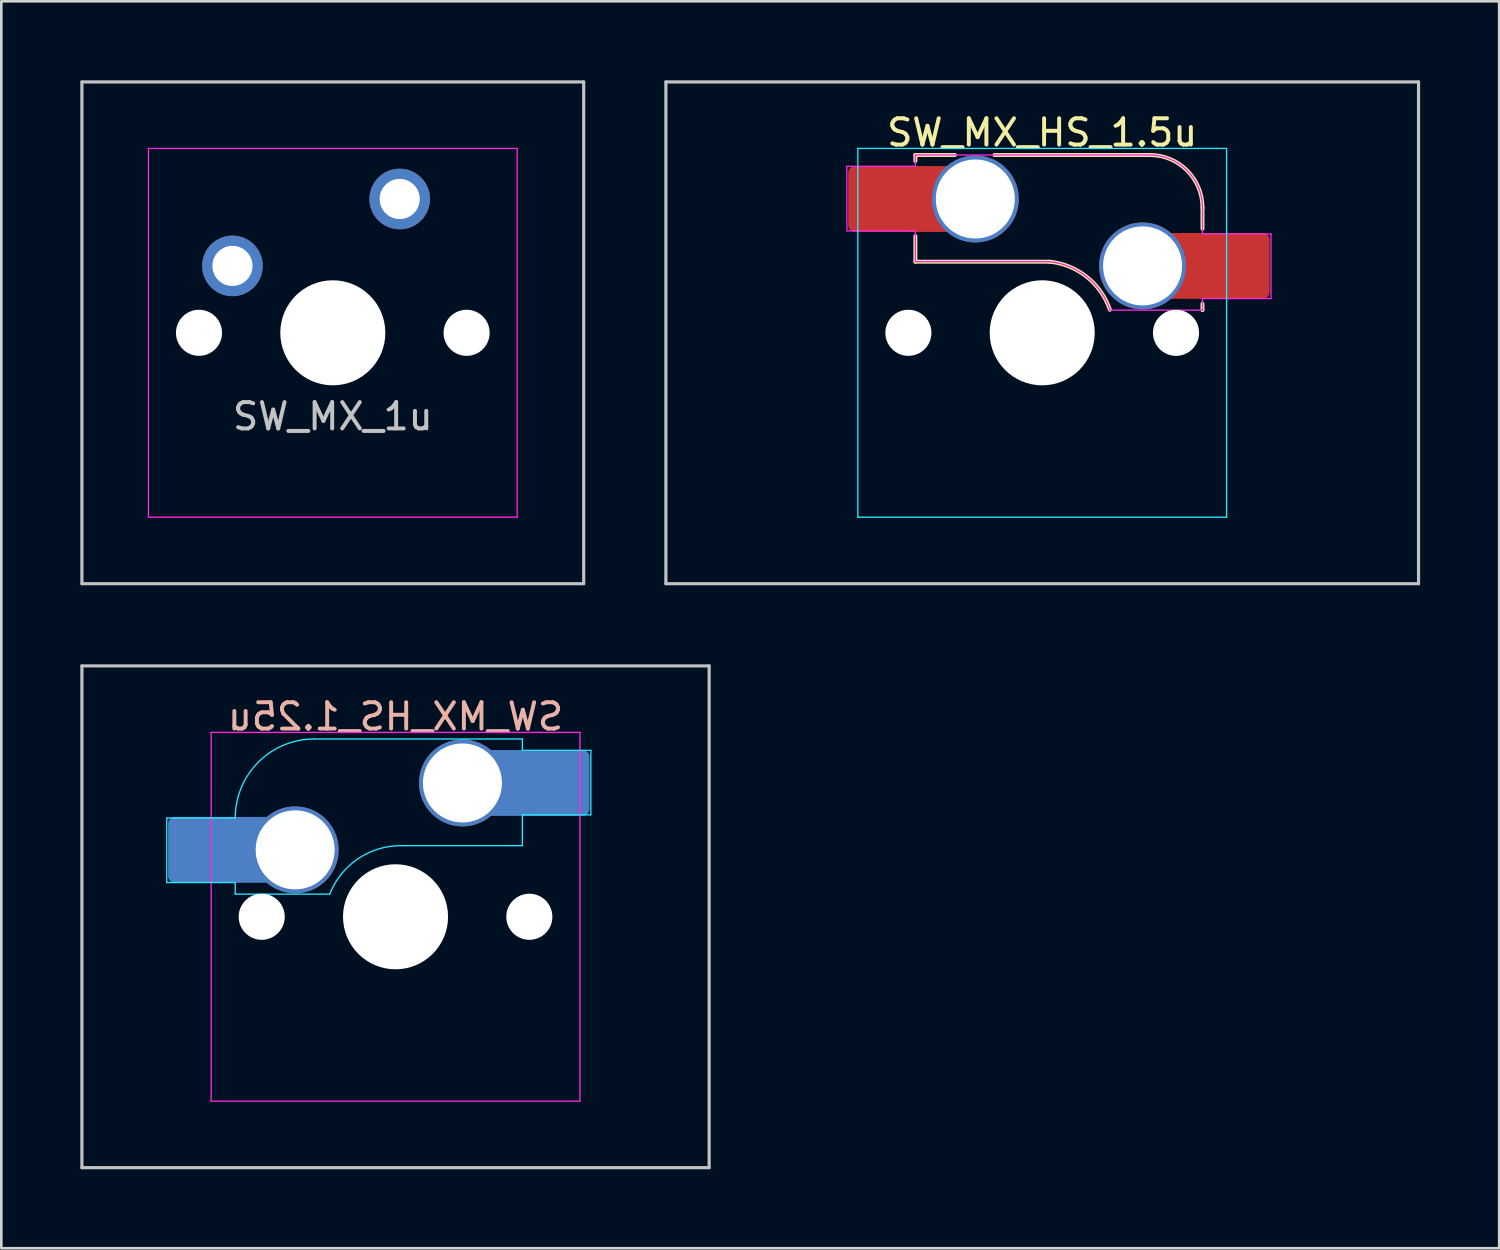
<source format=kicad_pcb>
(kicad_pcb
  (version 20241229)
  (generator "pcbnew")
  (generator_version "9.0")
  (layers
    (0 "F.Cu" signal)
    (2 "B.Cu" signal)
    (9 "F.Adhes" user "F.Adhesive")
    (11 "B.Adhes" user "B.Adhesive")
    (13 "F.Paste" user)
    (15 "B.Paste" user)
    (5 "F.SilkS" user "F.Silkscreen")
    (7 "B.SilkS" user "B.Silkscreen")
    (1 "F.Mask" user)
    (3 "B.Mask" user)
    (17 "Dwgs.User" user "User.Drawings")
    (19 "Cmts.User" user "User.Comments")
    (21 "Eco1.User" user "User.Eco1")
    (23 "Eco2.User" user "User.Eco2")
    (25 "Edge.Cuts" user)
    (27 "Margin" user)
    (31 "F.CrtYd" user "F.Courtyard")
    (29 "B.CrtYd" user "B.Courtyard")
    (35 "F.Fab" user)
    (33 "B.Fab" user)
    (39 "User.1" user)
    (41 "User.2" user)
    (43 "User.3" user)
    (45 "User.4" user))
  (footprint "SW_MX_HS_1.5u"
    (layer "F.Cu")
    (at 36.517 9.585)
    (property "Reference" "SW_MX_HS_1.5u" (at 0 -7.6 0) (layer "F.SilkS") (effects (font (size 1 1) (thickness 0.15))))
    (attr smd)
    (fp_line (start -4.815 -6.75) (end -4.815 -6.52) (stroke (width 0.15) (type solid)) (layer "F.SilkS"))
    (fp_line (start -4.815 -3.67) (end -4.815 -2.7) (stroke (width 0.15) (type solid)) (layer "F.SilkS"))
    (fp_line (start -4.815 -2.7) (end 0.285 -2.7) (stroke (width 0.15) (type solid)) (layer "F.SilkS"))
    (fp_line (start -3.315 -6.75) (end -4.815 -6.75) (stroke (width 0.15) (type solid)) (layer "F.SilkS"))
    (fp_line (start 4.085 -6.75) (end -1.815 -6.75) (stroke (width 0.15) (type solid)) (layer "F.SilkS"))
    (fp_line (start 6.085 -3.95) (end 6.085 -4.75) (stroke (width 0.15) (type solid)) (layer "F.SilkS"))
    (fp_line (start 6.085 -1.1) (end 6.085 -0.86) (stroke (width 0.15) (type solid)) (layer "F.SilkS"))
    (fp_arc (start 0.285176 -2.70022) (mid 1.695046 -2.121163) (end 2.570816 -0.873738) (stroke (width 0.15) (type solid)) (layer "F.SilkS"))
    (fp_arc (start 4.085176 -6.75022) (mid 5.49939 -6.164434) (end 6.085176 -4.75022) (stroke (width 0.15) (type solid)) (layer "F.SilkS"))
    (fp_line (start -14.287 -9.525) (end 14.287 -9.525) (stroke (width 0.12) (type solid)) (layer "Dwgs.User"))
    (fp_line (start -14.287 9.525) (end -14.287 -9.525) (stroke (width 0.12) (type solid)) (layer "Dwgs.User"))
    (fp_line (start 14.287 -9.525) (end 14.287 9.525) (stroke (width 0.12) (type solid)) (layer "Dwgs.User"))
    (fp_line (start 14.287 9.525) (end -14.287 9.525) (stroke (width 0.12) (type solid)) (layer "Dwgs.User"))
    (fp_line (start -7 -6.5) (end -7 6.5) (stroke (width 0.05) (type solid)) (layer "Eco2.User"))
    (fp_line (start -6.5 7) (end 6.5 7) (stroke (width 0.05) (type solid)) (layer "Eco2.User"))
    (fp_line (start 6.5 -7) (end -6.5 -7) (stroke (width 0.05) (type solid)) (layer "Eco2.User"))
    (fp_line (start 7 6.5) (end 7 -6.5) (stroke (width 0.05) (type solid)) (layer "Eco2.User"))
    (fp_arc (start -7 -6.5) (mid -6.853553 -6.853553) (end -6.5 -7) (stroke (width 0.05) (type solid)) (layer "Eco2.User"))
    (fp_arc (start -6.497236 6.998884) (mid -6.850789 6.852437) (end -6.997236 6.498884) (stroke (width 0.05) (type solid)) (layer "Eco2.User"))
    (fp_arc (start 6.5 -7) (mid 6.853553 -6.853553) (end 7 -6.5) (stroke (width 0.05) (type solid)) (layer "Eco2.User"))
    (fp_arc (start 7 6.5) (mid 6.853553 6.853553) (end 6.5 7) (stroke (width 0.05) (type solid)) (layer "Eco2.User"))
    (fp_line (start -7 -7) (end 7 -7) (stroke (width 0.05) (type solid)) (layer "B.CrtYd"))
    (fp_line (start -7 7) (end -7 -7) (stroke (width 0.05) (type solid)) (layer "B.CrtYd"))
    (fp_line (start 7 -7) (end 7 7) (stroke (width 0.05) (type solid)) (layer "B.CrtYd"))
    (fp_line (start 7 7) (end -7 7) (stroke (width 0.05) (type solid)) (layer "B.CrtYd"))
    (fp_line (start -7.415 -6.32) (end -4.815 -6.32) (stroke (width 0.05) (type solid)) (layer "F.CrtYd"))
    (fp_line (start -7.415 -3.87) (end -7.415 -6.32) (stroke (width 0.05) (type solid)) (layer "F.CrtYd"))
    (fp_line (start -4.815 -6.75) (end -4.815 -6.32) (stroke (width 0.05) (type solid)) (layer "F.CrtYd"))
    (fp_line (start -4.815 -3.87) (end -7.415 -3.87) (stroke (width 0.05) (type solid)) (layer "F.CrtYd"))
    (fp_line (start -4.815 -3.87) (end -4.815 -2.7) (stroke (width 0.05) (type solid)) (layer "F.CrtYd"))
    (fp_line (start -4.815 -2.7) (end 0.285 -2.7) (stroke (width 0.05) (type solid)) (layer "F.CrtYd"))
    (fp_line (start 4.085 -6.75) (end -4.815 -6.75) (stroke (width 0.05) (type solid)) (layer "F.CrtYd"))
    (fp_line (start 6.085 -3.75) (end 6.085 -4.75) (stroke (width 0.05) (type solid)) (layer "F.CrtYd"))
    (fp_line (start 6.085 -3.75) (end 8.685 -3.75) (stroke (width 0.05) (type solid)) (layer "F.CrtYd"))
    (fp_line (start 6.085 -1.3) (end 6.085 -0.86) (stroke (width 0.05) (type solid)) (layer "F.CrtYd"))
    (fp_line (start 6.085 -0.86) (end 2.575 -0.86) (stroke (width 0.05) (type solid)) (layer "F.CrtYd"))
    (fp_line (start 8.685 -3.75) (end 8.685 -1.3) (stroke (width 0.05) (type solid)) (layer "F.CrtYd"))
    (fp_line (start 8.685 -1.3) (end 6.085 -1.3) (stroke (width 0.05) (type solid)) (layer "F.CrtYd"))
    (fp_arc (start 0.285176 -2.70022) (mid 1.700627 -2.116659) (end 2.575176 -0.859993) (stroke (width 0.05) (type solid)) (layer "F.CrtYd"))
    (fp_arc (start 4.085176 -6.75022) (mid 5.49939 -6.164434) (end 6.085176 -4.75022) (stroke (width 0.05) (type solid)) (layer "F.CrtYd"))
    (pad "" np_thru_hole circle (at -5.08 0) (size 1.75 1.75) (drill 1.75) (layers "*.Cu" "*.Mask"))
    (pad "" np_thru_hole circle (at 0 0) (size 3.988 3.988) (drill 3.988) (layers "*.Cu" "*.Mask"))
    (pad "" np_thru_hole circle (at 5.08 0) (size 1.75 1.75) (drill 1.75) (layers "*.Cu" "*.Mask"))
    (pad "1" thru_hole circle (at 3.81 -2.54) (size 3.3 3.3) (drill 3) (layers "*.Cu" "*.Mask"))
    (pad "1" smd rect (at 5.635 -2.54 180) (size 1.65 2.5) (layers "F.Cu"))
    (pad "1" smd roundrect (at 7.36 -2.54) (size 2.55 2.5) (layers "F.Cu" "F.Mask" "F.Paste") (roundrect_rratio 0.1))
    (pad "2" smd roundrect (at -6.09 -5.08) (size 2.55 2.5) (layers "F.Cu" "F.Mask" "F.Paste") (roundrect_rratio 0.1))
    (pad "2" smd rect (at -4.34 -5.08) (size 1.65 2.5) (layers "F.Cu"))
    (pad "2" thru_hole circle (at -2.54 -5.08) (size 3.3 3.3) (drill 3) (layers "*.Cu" "*.Mask")))
  (footprint "SW_MX_HS_1.25u"
    (layer "F.Cu")
    (at 11.966 31.755)
    (property "Reference" "SW_MX_HS_1.25u" (at 0 -7.6 0) (layer "B.SilkS") (effects (font (size 1 1) (thickness 0.15)) (justify mirror)))
    (attr smd)
    (fp_line (start -11.906 -9.525) (end -11.906 9.525) (stroke (width 0.12) (type solid)) (layer "Dwgs.User"))
    (fp_line (start -11.906 9.525) (end 11.906 9.525) (stroke (width 0.12) (type solid)) (layer "Dwgs.User"))
    (fp_line (start 11.906 -9.525) (end -11.906 -9.525) (stroke (width 0.12) (type solid)) (layer "Dwgs.User"))
    (fp_line (start 11.906 9.525) (end 11.906 -9.525) (stroke (width 0.12) (type solid)) (layer "Dwgs.User"))
    (fp_line (start -7 6.5) (end -7 -6.5) (stroke (width 0.05) (type solid)) (layer "Eco2.User"))
    (fp_line (start -6.5 -7) (end 6.5 -7) (stroke (width 0.05) (type solid)) (layer "Eco2.User"))
    (fp_line (start 6.5 7) (end -6.5 7) (stroke (width 0.05) (type solid)) (layer "Eco2.User"))
    (fp_line (start 7 -6.5) (end 7 6.5) (stroke (width 0.05) (type solid)) (layer "Eco2.User"))
    (fp_arc (start -7 -6.5) (mid -6.853553 -6.853553) (end -6.5 -7) (stroke (width 0.05) (type solid)) (layer "Eco2.User"))
    (fp_arc (start -6.5 7) (mid -6.853553 6.853553) (end -7 6.5) (stroke (width 0.05) (type solid)) (layer "Eco2.User"))
    (fp_arc (start 6.5 -7) (mid 6.853553 -6.853553) (end 7 -6.5) (stroke (width 0.05) (type solid)) (layer "Eco2.User"))
    (fp_arc (start 6.997236 6.498884) (mid 6.850789 6.852437) (end 6.497236 6.998884) (stroke (width 0.05) (type solid)) (layer "Eco2.User"))
    (fp_line (start -8.685 -3.75) (end -8.685 -1.3) (stroke (width 0.05) (type solid)) (layer "B.CrtYd"))
    (fp_line (start -8.685 -1.3) (end -6.085 -1.3) (stroke (width 0.05) (type solid)) (layer "B.CrtYd"))
    (fp_line (start -6.085 -3.75) (end -8.685 -3.75) (stroke (width 0.05) (type solid)) (layer "B.CrtYd"))
    (fp_line (start -6.085 -1.3) (end -6.085 -0.86) (stroke (width 0.05) (type solid)) (layer "B.CrtYd"))
    (fp_line (start -6.085 -0.86) (end -2.499 -0.86) (stroke (width 0.05) (type solid)) (layer "B.CrtYd"))
    (fp_line (start -3.085 -6.75) (end 4.815 -6.75) (stroke (width 0.05) (type solid)) (layer "B.CrtYd"))
    (fp_line (start 4.815 -6.75) (end 4.815 -6.32) (stroke (width 0.05) (type solid)) (layer "B.CrtYd"))
    (fp_line (start 4.815 -3.87) (end 4.815 -2.7) (stroke (width 0.05) (type solid)) (layer "B.CrtYd"))
    (fp_line (start 4.815 -3.87) (end 7.415 -3.87) (stroke (width 0.05) (type solid)) (layer "B.CrtYd"))
    (fp_line (start 4.815 -2.7) (end 0.2 -2.7) (stroke (width 0.05) (type solid)) (layer "B.CrtYd"))
    (fp_line (start 7.415 -6.32) (end 4.815 -6.32) (stroke (width 0.05) (type solid)) (layer "B.CrtYd"))
    (fp_line (start 7.415 -3.87) (end 7.415 -6.32) (stroke (width 0.05) (type solid)) (layer "B.CrtYd"))
    (fp_arc (start -6.085 -3.75) (mid -5.20632 -5.87132) (end -3.085 -6.75) (stroke (width 0.05) (type solid)) (layer "B.CrtYd"))
    (fp_arc (start -2.500062 -0.858143) (mid -1.434226 -2.195685) (end 0.2 -2.7) (stroke (width 0.05) (type solid)) (layer "B.CrtYd"))
    (fp_line (start -7 -7) (end -7 7) (stroke (width 0.05) (type solid)) (layer "F.CrtYd"))
    (fp_line (start -7 7) (end 7 7) (stroke (width 0.05) (type solid)) (layer "F.CrtYd"))
    (fp_line (start 7 -7) (end -7 -7) (stroke (width 0.05) (type solid)) (layer "F.CrtYd"))
    (fp_line (start 7 7) (end 7 -7) (stroke (width 0.05) (type solid)) (layer "F.CrtYd"))
    (pad "" np_thru_hole circle (at -5.08 0) (size 1.75 1.75) (drill 1.75) (layers "*.Cu" "*.Mask"))
    (pad "" np_thru_hole circle (at 0 0) (size 3.988 3.988) (drill 3.988) (layers "*.Cu" "*.Mask"))
    (pad "" np_thru_hole circle (at 5.08 0) (size 1.75 1.75) (drill 1.75) (layers "*.Cu" "*.Mask"))
    (pad "1" smd roundrect (at -7.36 -2.54) (size 2.55 2.5) (layers "B.Cu" "B.Mask" "B.Paste") (roundrect_rratio 0.1))
    (pad "1" smd rect (at -5.635 -2.54 180) (size 1.65 2.5) (layers "B.Cu"))
    (pad "1" thru_hole circle (at -3.81 -2.54) (size 3.3 3.3) (drill 3) (layers "*.Cu"))
    (pad "2" thru_hole circle (at 2.54 -5.08) (size 3.3 3.3) (drill 3) (layers "*.Cu"))
    (pad "2" smd rect (at 4.34 -5.08) (size 1.65 2.5) (layers "B.Cu"))
    (pad "2" smd roundrect (at 6.09 -5.08) (size 2.55 2.5) (layers "B.Cu" "B.Mask" "B.Paste") (roundrect_rratio 0.1)))
  (footprint "SW_MX_1u"
    (layer "F.Cu")
    (at 9.585 9.585)
    (property "Reference" "SW_MX_1u" (at 0 3.175 0) (layer "Dwgs.User") (effects (font (size 1 1) (thickness 0.15))))
    (attr through_hole exclude_from_pos_files exclude_from_bom)
    (fp_line (start -9.525 -9.525) (end -9.525 9.525) (stroke (width 0.12) (type solid)) (layer "Dwgs.User"))
    (fp_line (start -9.525 9.525) (end 9.525 9.525) (stroke (width 0.12) (type solid)) (layer "Dwgs.User"))
    (fp_line (start 9.525 -9.525) (end -9.525 -9.525) (stroke (width 0.12) (type solid)) (layer "Dwgs.User"))
    (fp_line (start 9.525 9.525) (end 9.525 -9.525) (stroke (width 0.12) (type solid)) (layer "Dwgs.User"))
    (fp_line (start -7 6.5) (end -7 -6.5) (stroke (width 0.05) (type solid)) (layer "Eco2.User"))
    (fp_line (start -6.5 -7) (end 6.5 -7) (stroke (width 0.05) (type solid)) (layer "Eco2.User"))
    (fp_line (start 6.5 7) (end -6.5 7) (stroke (width 0.05) (type solid)) (layer "Eco2.User"))
    (fp_line (start 7 -6.5) (end 7 6.5) (stroke (width 0.05) (type solid)) (layer "Eco2.User"))
    (fp_arc (start -7 -6.5) (mid -6.853553 -6.853553) (end -6.5 -7) (stroke (width 0.05) (type solid)) (layer "Eco2.User"))
    (fp_arc (start -6.5 7) (mid -6.853553 6.853553) (end -7 6.5) (stroke (width 0.05) (type solid)) (layer "Eco2.User"))
    (fp_arc (start 6.5 -7) (mid 6.853553 -6.853553) (end 7 -6.5) (stroke (width 0.05) (type solid)) (layer "Eco2.User"))
    (fp_arc (start 6.997236 6.498884) (mid 6.850789 6.852437) (end 6.497236 6.998884) (stroke (width 0.05) (type solid)) (layer "Eco2.User"))
    (fp_line (start -7 -7) (end -7 7) (stroke (width 0.05) (type solid)) (layer "F.CrtYd"))
    (fp_line (start -7 7) (end 7 7) (stroke (width 0.05) (type solid)) (layer "F.CrtYd"))
    (fp_line (start 7 -7) (end -7 -7) (stroke (width 0.05) (type solid)) (layer "F.CrtYd"))
    (fp_line (start 7 7) (end 7 -7) (stroke (width 0.05) (type solid)) (layer "F.CrtYd"))
    (pad "" np_thru_hole circle (at -5.08 0) (size 1.75 1.75) (drill 1.75) (layers "*.Cu" "*.Mask"))
    (pad "" np_thru_hole circle (at 0 0) (size 3.988 3.988) (drill 3.988) (layers "*.Cu" "*.Mask"))
    (pad "" np_thru_hole circle (at 5.08 0) (size 1.75 1.75) (drill 1.75) (layers "*.Cu" "*.Mask"))
    (pad "1" thru_hole circle (at -3.81 -2.54) (size 2.3 2.3) (drill 1.524) (layers "*.Cu" "B.Mask"))
    (pad "2" thru_hole circle (at 2.54 -5.08) (size 2.3 2.3) (drill 1.524) (layers "*.Cu" "B.Mask")))
  (gr_rect
    (start -3 -3)
    (end 53.865 44.34)
    (stroke (width 0.1) (type default))
    (fill no)
    (layer "Edge.Cuts")))
</source>
